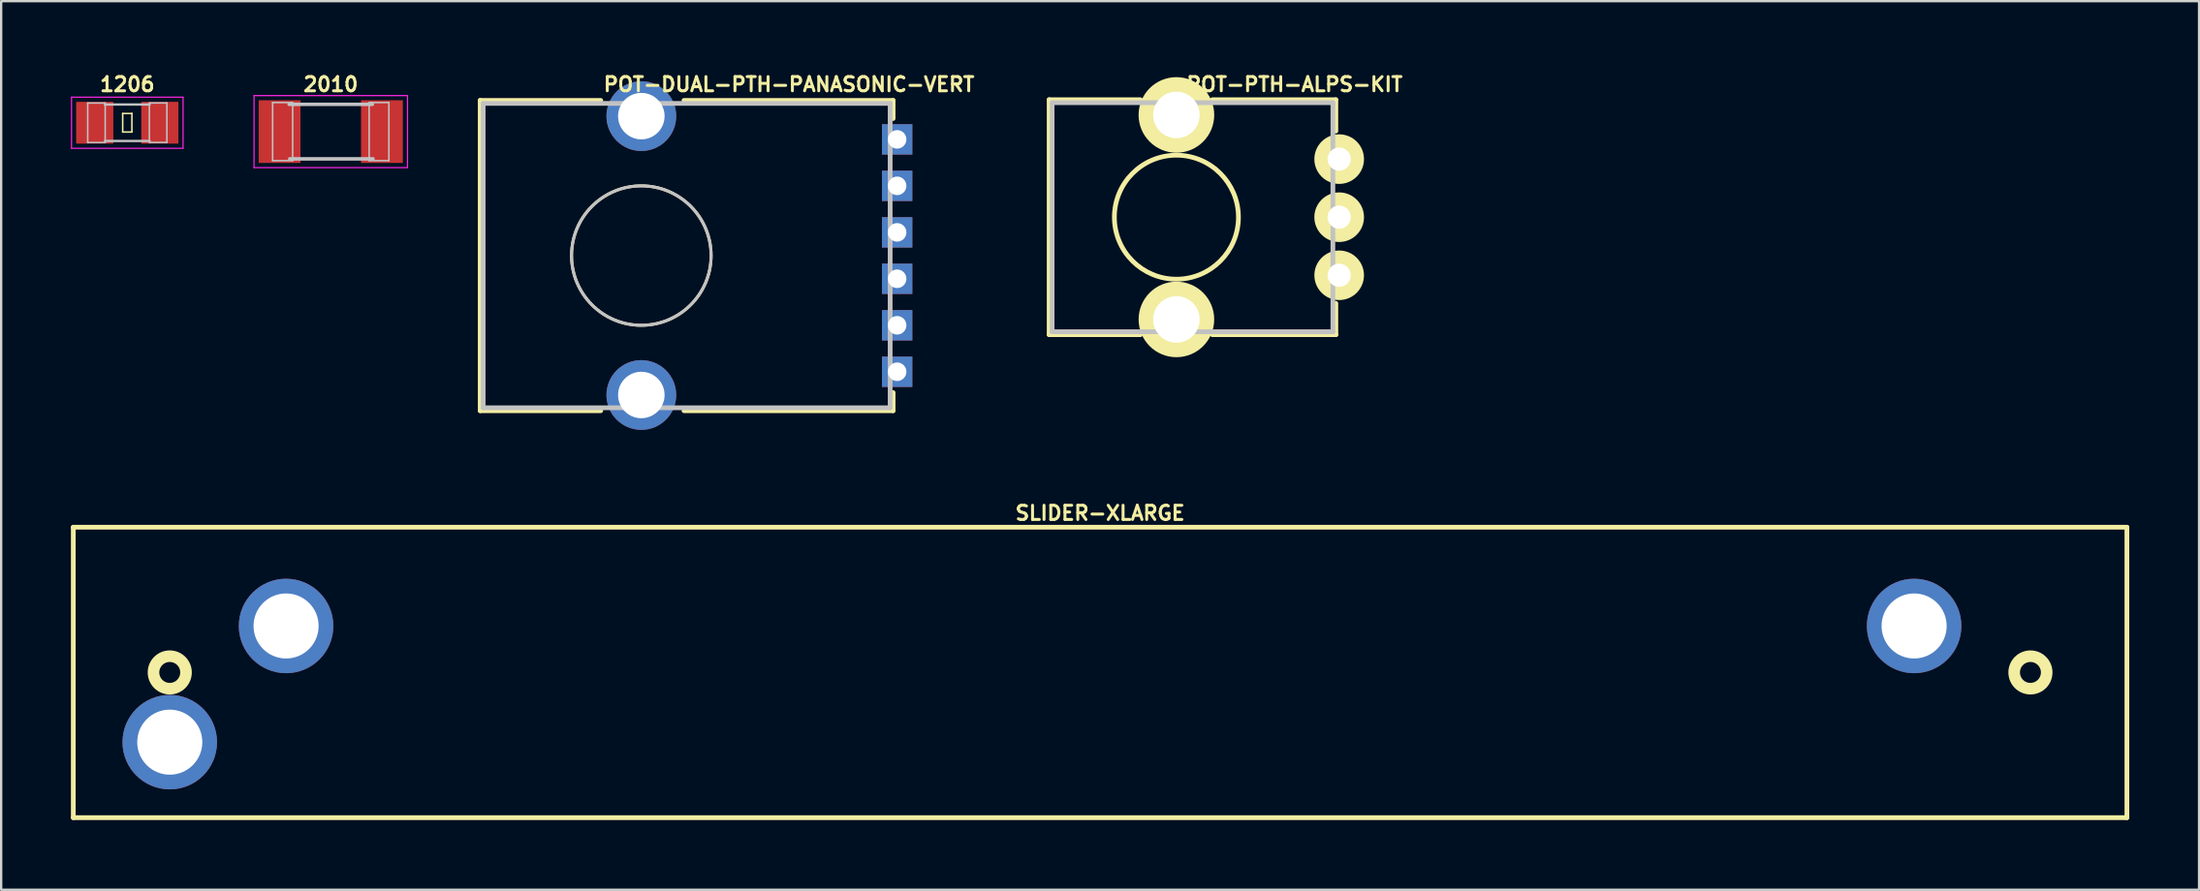
<source format=kicad_pcb>
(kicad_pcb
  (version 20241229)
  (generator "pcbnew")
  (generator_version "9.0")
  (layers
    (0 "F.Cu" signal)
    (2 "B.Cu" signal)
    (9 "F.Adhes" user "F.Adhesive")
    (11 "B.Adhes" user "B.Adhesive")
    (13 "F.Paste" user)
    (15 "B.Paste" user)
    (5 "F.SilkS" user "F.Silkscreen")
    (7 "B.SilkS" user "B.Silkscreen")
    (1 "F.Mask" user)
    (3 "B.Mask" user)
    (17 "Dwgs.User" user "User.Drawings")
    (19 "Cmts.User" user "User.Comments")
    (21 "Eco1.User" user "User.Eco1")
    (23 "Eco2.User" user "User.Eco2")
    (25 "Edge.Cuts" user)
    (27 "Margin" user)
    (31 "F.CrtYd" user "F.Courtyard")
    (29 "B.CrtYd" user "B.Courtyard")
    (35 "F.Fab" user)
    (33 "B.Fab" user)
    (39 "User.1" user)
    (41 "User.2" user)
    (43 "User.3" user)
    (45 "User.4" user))
  (footprint "POT-PTH-ALPS-KIT"
    (layer "F.Cu")
    (at 47.53 6.295)
    (property "Reference" "POT-PTH-ALPS-KIT" (at 5.08 -5.715 180) (layer "F.SilkS") (effects (font (size 0.61 0.61) (thickness 0.127))))
    (attr exclude_from_pos_files exclude_from_bom)
    (fp_line (start -5.471 -5.055) (end -1.549 -5.055) (stroke (width 0.203) (type solid)) (layer "F.SilkS"))
    (fp_line (start -5.471 5.055) (end -5.471 -5.055) (stroke (width 0.203) (type solid)) (layer "F.SilkS"))
    (fp_line (start -1.549 5.055) (end -5.471 5.055) (stroke (width 0.203) (type solid)) (layer "F.SilkS"))
    (fp_line (start 1.549 -5.055) (end 6.855 -5.055) (stroke (width 0.203) (type solid)) (layer "F.SilkS"))
    (fp_line (start 6.855 -5.055) (end 6.855 -3.706) (stroke (width 0.203) (type solid)) (layer "F.SilkS"))
    (fp_line (start 6.855 3.706) (end 6.855 5.055) (stroke (width 0.203) (type solid)) (layer "F.SilkS"))
    (fp_line (start 6.855 5.055) (end 1.549 5.055) (stroke (width 0.203) (type solid)) (layer "F.SilkS"))
    (fp_circle (center 0 -4.399) (end 0 -6.025) (stroke (width 0) (type solid)) (fill yes) (layer "F.SilkS"))
    (fp_circle (center 0 -4.399) (end 0 -5.397) (stroke (width 0) (type solid)) (fill yes) (layer "F.SilkS"))
    (fp_circle (center 0 0) (end 0 -2.667) (stroke (width 0.203) (type solid)) (fill no) (layer "F.SilkS"))
    (fp_circle (center 0 4.399) (end 0 2.774) (stroke (width 0) (type solid)) (fill yes) (layer "F.SilkS"))
    (fp_circle (center 0 4.399) (end 0 3.401) (stroke (width 0) (type solid)) (fill yes) (layer "F.SilkS"))
    (fp_circle (center 6.998 -2.499) (end 6.998 -3.566) (stroke (width 0) (type solid)) (fill yes) (layer "F.SilkS"))
    (fp_circle (center 6.998 -2.499) (end 6.998 -2.997) (stroke (width 0) (type solid)) (fill yes) (layer "F.SilkS"))
    (fp_circle (center 6.998 0) (end 6.998 -1.067) (stroke (width 0) (type solid)) (fill yes) (layer "F.SilkS"))
    (fp_circle (center 6.998 0) (end 6.998 -0.498) (stroke (width 0) (type solid)) (fill yes) (layer "F.SilkS"))
    (fp_circle (center 6.998 2.499) (end 6.998 1.433) (stroke (width 0) (type solid)) (fill yes) (layer "F.SilkS"))
    (fp_circle (center 6.998 2.499) (end 6.998 2.002) (stroke (width 0) (type solid)) (fill yes) (layer "F.SilkS"))
    (fp_line (start -5.344 -4.928) (end 6.728 -4.928) (stroke (width 0.203) (type solid)) (layer "Dwgs.User"))
    (fp_line (start -5.344 4.928) (end -5.344 -4.928) (stroke (width 0.203) (type solid)) (layer "Dwgs.User"))
    (fp_line (start 6.728 -4.928) (end 6.728 4.928) (stroke (width 0.203) (type solid)) (layer "Dwgs.User"))
    (fp_line (start 6.728 4.928) (end -5.344 4.928) (stroke (width 0.203) (type solid)) (layer "Dwgs.User"))
    (pad "P$1" thru_hole circle (at 6.998 2.499) (size 1.88 1.88) (drill 0.998) (layers "*.Cu" "*.Mask"))
    (pad "P$2" thru_hole circle (at 6.998 0) (size 1.88 1.88) (drill 0.998) (layers "*.Cu" "*.Mask"))
    (pad "P$3" thru_hole circle (at 6.998 -2.499) (size 1.88 1.88) (drill 0.998) (layers "*.Cu" "*.Mask"))
    (pad "P$4" thru_hole circle (at 0 4.399) (size 3 3) (drill 1.999) (layers "*.Cu" "*.Mask"))
    (pad "P$5" thru_hole circle (at 0 -4.399) (size 3 3) (drill 1.999) (layers "*.Cu" "*.Mask")))
  (footprint "SLIDER-XLARGE"
    (layer "F.Cu")
    (at 44.249 25.882)
    (property "Reference" "SLIDER-XLARGE" (at 0 -6.858 0) (layer "F.SilkS") (effects (font (size 0.61 0.61) (thickness 0.127))))
    (attr exclude_from_pos_files exclude_from_bom)
    (fp_line (start -44.148 -6.248) (end -44.148 6.248) (stroke (width 0.203) (type solid)) (layer "F.SilkS"))
    (fp_line (start -44.148 6.248) (end 44.148 6.248) (stroke (width 0.203) (type solid)) (layer "F.SilkS"))
    (fp_line (start 44.148 -6.248) (end -44.148 -6.248) (stroke (width 0.203) (type solid)) (layer "F.SilkS"))
    (fp_line (start 44.148 6.248) (end 44.148 -6.248) (stroke (width 0.203) (type solid)) (layer "F.SilkS"))
    (fp_circle (center -40 0) (end -40 -0.699) (stroke (width 0.498) (type solid)) (fill no) (layer "F.SilkS"))
    (fp_circle (center 40 0) (end 40 -0.699) (stroke (width 0.498) (type solid)) (fill no) (layer "F.SilkS"))
    (pad "1" thru_hole circle (at -34.999 -1.999) (size 4.064 4.064) (drill 2.799) (layers "*.Cu" "*.Mask"))
    (pad "2A" thru_hole circle (at -40 3) (size 4.064 4.064) (drill 2.799) (layers "*.Cu" "*.Mask"))
    (pad "3" thru_hole circle (at 34.999 -1.999) (size 4.064 4.064) (drill 2.799) (layers "*.Cu" "*.Mask")))
  (footprint "1206"
    (layer "F.Cu")
    (at 2.423 2.231)
    (property "Reference" "1206" (at 0 -1.651 0) (layer "F.SilkS") (effects (font (size 0.61 0.61) (thickness 0.127))))
    (attr smd)
    (fp_line (start -0.198 -0.399) (end 0.198 -0.399) (stroke (width 0.066) (type solid)) (layer "F.SilkS"))
    (fp_line (start -0.198 0.399) (end -0.198 -0.399) (stroke (width 0.066) (type solid)) (layer "F.SilkS"))
    (fp_line (start -0.198 0.399) (end 0.198 0.399) (stroke (width 0.066) (type solid)) (layer "F.SilkS"))
    (fp_line (start 0.198 0.399) (end 0.198 -0.399) (stroke (width 0.066) (type solid)) (layer "F.SilkS"))
    (fp_line (start -1.702 -0.848) (end -0.95 -0.848) (stroke (width 0.066) (type solid)) (layer "Dwgs.User"))
    (fp_line (start -1.702 0.851) (end -1.702 -0.848) (stroke (width 0.066) (type solid)) (layer "Dwgs.User"))
    (fp_line (start -1.702 0.851) (end -0.95 0.851) (stroke (width 0.066) (type solid)) (layer "Dwgs.User"))
    (fp_line (start -0.963 -0.785) (end 0.963 -0.785) (stroke (width 0.102) (type solid)) (layer "Dwgs.User"))
    (fp_line (start -0.963 0.785) (end 0.963 0.785) (stroke (width 0.102) (type solid)) (layer "Dwgs.User"))
    (fp_line (start -0.95 0.851) (end -0.95 -0.848) (stroke (width 0.066) (type solid)) (layer "Dwgs.User"))
    (fp_line (start 0.95 -0.851) (end 1.702 -0.851) (stroke (width 0.066) (type solid)) (layer "Dwgs.User"))
    (fp_line (start 0.95 0.848) (end 0.95 -0.851) (stroke (width 0.066) (type solid)) (layer "Dwgs.User"))
    (fp_line (start 0.95 0.848) (end 1.702 0.848) (stroke (width 0.066) (type solid)) (layer "Dwgs.User"))
    (fp_line (start 1.702 0.848) (end 1.702 -0.851) (stroke (width 0.066) (type solid)) (layer "Dwgs.User"))
    (fp_line (start -2.398 -1.1) (end 2.398 -1.1) (stroke (width 0.051) (type solid)) (layer "F.CrtYd"))
    (fp_line (start -2.398 1.1) (end -2.398 -1.1) (stroke (width 0.051) (type solid)) (layer "F.CrtYd"))
    (fp_line (start 2.398 -1.1) (end 2.398 1.1) (stroke (width 0.051) (type solid)) (layer "F.CrtYd"))
    (fp_line (start 2.398 1.1) (end -2.398 1.1) (stroke (width 0.051) (type solid)) (layer "F.CrtYd"))
    (pad "1" smd rect (at -1.4 0) (size 1.598 1.798) (layers "F.Cu" "F.Mask" "F.Paste"))
    (pad "2" smd rect (at 1.4 0) (size 1.598 1.798) (layers "F.Cu" "F.Mask" "F.Paste")))
  (footprint "2010"
    (layer "F.Cu")
    (at 11.171 2.612)
    (property "Reference" "2010" (at 0 -2.032 0) (layer "F.SilkS") (effects (font (size 0.61 0.61) (thickness 0.127))))
    (attr smd)
    (fp_line (start -2.499 -1.25) (end -1.638 -1.25) (stroke (width 0.066) (type solid)) (layer "Dwgs.User"))
    (fp_line (start -2.499 1.25) (end -2.499 -1.25) (stroke (width 0.066) (type solid)) (layer "Dwgs.User"))
    (fp_line (start -2.499 1.25) (end -1.638 1.25) (stroke (width 0.066) (type solid)) (layer "Dwgs.User"))
    (fp_line (start -1.788 -1.173) (end 1.788 -1.173) (stroke (width 0.152) (type solid)) (layer "Dwgs.User"))
    (fp_line (start -1.763 1.173) (end 1.814 1.173) (stroke (width 0.152) (type solid)) (layer "Dwgs.User"))
    (fp_line (start -1.638 1.25) (end -1.638 -1.25) (stroke (width 0.066) (type solid)) (layer "Dwgs.User"))
    (fp_line (start 1.651 -1.25) (end 2.499 -1.25) (stroke (width 0.066) (type solid)) (layer "Dwgs.User"))
    (fp_line (start 1.651 1.25) (end 1.651 -1.25) (stroke (width 0.066) (type solid)) (layer "Dwgs.User"))
    (fp_line (start 1.651 1.25) (end 2.499 1.25) (stroke (width 0.066) (type solid)) (layer "Dwgs.User"))
    (fp_line (start 2.499 1.25) (end 2.499 -1.25) (stroke (width 0.066) (type solid)) (layer "Dwgs.User"))
    (fp_line (start -3.299 -1.549) (end 3.299 -1.549) (stroke (width 0.051) (type solid)) (layer "F.CrtYd"))
    (fp_line (start -3.299 1.549) (end -3.299 -1.549) (stroke (width 0.051) (type solid)) (layer "F.CrtYd"))
    (fp_line (start 3.299 -1.549) (end 3.299 1.549) (stroke (width 0.051) (type solid)) (layer "F.CrtYd"))
    (fp_line (start 3.299 1.549) (end -3.299 1.549) (stroke (width 0.051) (type solid)) (layer "F.CrtYd"))
    (pad "1" smd rect (at -2.2 0) (size 1.798 2.697) (layers "F.Cu" "F.Mask" "F.Paste"))
    (pad "2" smd rect (at 2.2 0) (size 1.798 2.697) (layers "F.Cu" "F.Mask" "F.Paste")))
  (footprint "POT-DUAL-PTH-PANASONIC-VERT"
    (layer "F.Cu")
    (at 24.524 7.946)
    (property "Reference" "POT-DUAL-PTH-PANASONIC-VERT" (at 6.35 -7.366 180) (layer "F.SilkS") (effects (font (size 0.61 0.61) (thickness 0.127))))
    (attr exclude_from_pos_files exclude_from_bom)
    (fp_line (start -6.927 6.675) (end -6.927 -6.675) (stroke (width 0.203) (type solid)) (layer "F.SilkS"))
    (fp_line (start -1.745 -6.675) (end -6.927 -6.675) (stroke (width 0.203) (type solid)) (layer "F.SilkS"))
    (fp_line (start -1.745 6.675) (end -6.927 6.675) (stroke (width 0.203) (type solid)) (layer "F.SilkS"))
    (fp_line (start 10.825 -6.675) (end 1.834 -6.675) (stroke (width 0.203) (type solid)) (layer "F.SilkS"))
    (fp_line (start 10.825 -6.675) (end 10.825 -5.895) (stroke (width 0.203) (type solid)) (layer "F.SilkS"))
    (fp_line (start 10.825 5.895) (end 10.825 6.675) (stroke (width 0.203) (type solid)) (layer "F.SilkS"))
    (fp_line (start 10.825 6.675) (end 1.834 6.675) (stroke (width 0.203) (type solid)) (layer "F.SilkS"))
    (fp_circle (center 0 0) (end 0 -3) (stroke (width 0.127) (type solid)) (fill no) (layer "F.SilkS"))
    (fp_line (start -6.8 -6.548) (end 10.698 -6.548) (stroke (width 0.203) (type solid)) (layer "Dwgs.User"))
    (fp_line (start -6.8 6.548) (end -6.8 -6.548) (stroke (width 0.203) (type solid)) (layer "Dwgs.User"))
    (fp_line (start 10.698 -6.548) (end 10.698 6.548) (stroke (width 0.203) (type solid)) (layer "Dwgs.User"))
    (fp_line (start 10.698 6.548) (end -6.8 6.548) (stroke (width 0.203) (type solid)) (layer "Dwgs.User"))
    (fp_circle (center 0 0) (end 0 -3) (stroke (width 0.127) (type solid)) (fill no) (layer "Dwgs.User"))
    (pad "A1" thru_hole rect (at 10.998 3) (size 1.306 1.306) (drill 0.798) (layers "*.Cu" "*.Mask"))
    (pad "A2" thru_hole rect (at 10.998 4.999) (size 1.306 1.306) (drill 0.798) (layers "*.Cu" "*.Mask"))
    (pad "A3" thru_hole rect (at 10.998 -4.999) (size 1.306 1.306) (drill 0.798) (layers "*.Cu" "*.Mask"))
    (pad "B1" thru_hole rect (at 10.998 0.998) (size 1.306 1.306) (drill 0.798) (layers "*.Cu" "*.Mask"))
    (pad "B2" thru_hole rect (at 10.998 -0.998) (size 1.306 1.306) (drill 0.798) (layers "*.Cu" "*.Mask"))
    (pad "B3" thru_hole rect (at 10.998 -3) (size 1.306 1.306) (drill 0.798) (layers "*.Cu" "*.Mask"))
    (pad "P$4" thru_hole circle (at 0 5.999) (size 3 3) (drill 1.999) (layers "*.Cu" "*.Mask"))
    (pad "P$5" thru_hole circle (at 0 -5.999) (size 3 3) (drill 1.999) (layers "*.Cu" "*.Mask")))
  (gr_rect
    (start -3 -3)
    (end 91.499 35.232)
    (stroke (width 0.1) (type default))
    (fill no)
    (layer "Edge.Cuts")))
</source>
